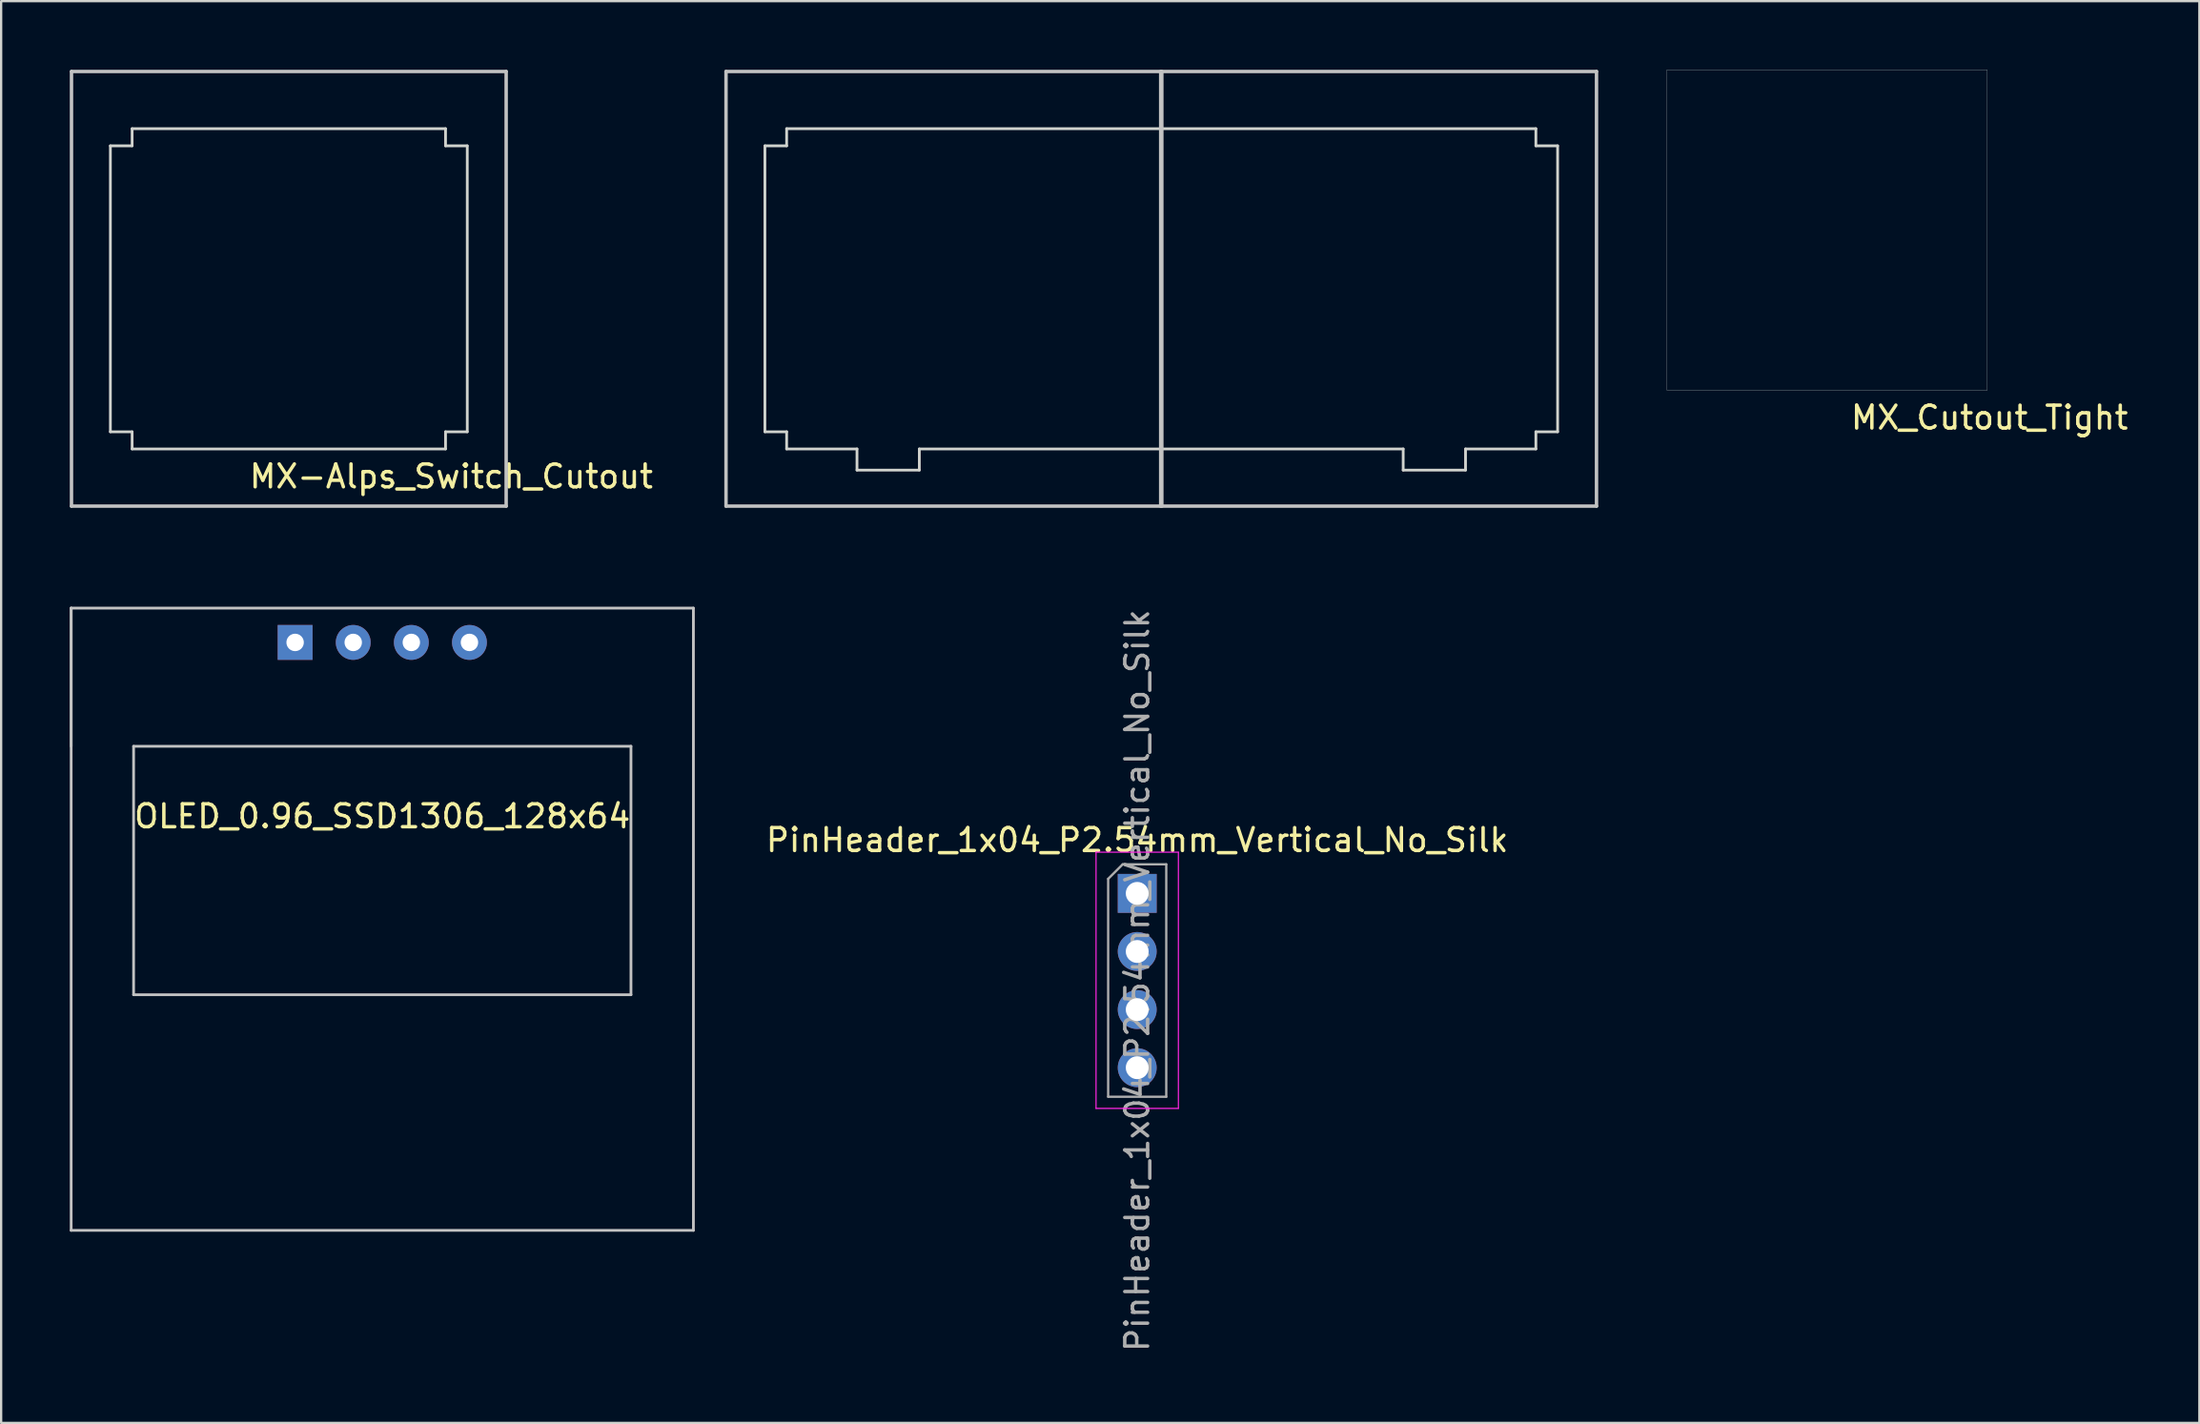
<source format=kicad_pcb>
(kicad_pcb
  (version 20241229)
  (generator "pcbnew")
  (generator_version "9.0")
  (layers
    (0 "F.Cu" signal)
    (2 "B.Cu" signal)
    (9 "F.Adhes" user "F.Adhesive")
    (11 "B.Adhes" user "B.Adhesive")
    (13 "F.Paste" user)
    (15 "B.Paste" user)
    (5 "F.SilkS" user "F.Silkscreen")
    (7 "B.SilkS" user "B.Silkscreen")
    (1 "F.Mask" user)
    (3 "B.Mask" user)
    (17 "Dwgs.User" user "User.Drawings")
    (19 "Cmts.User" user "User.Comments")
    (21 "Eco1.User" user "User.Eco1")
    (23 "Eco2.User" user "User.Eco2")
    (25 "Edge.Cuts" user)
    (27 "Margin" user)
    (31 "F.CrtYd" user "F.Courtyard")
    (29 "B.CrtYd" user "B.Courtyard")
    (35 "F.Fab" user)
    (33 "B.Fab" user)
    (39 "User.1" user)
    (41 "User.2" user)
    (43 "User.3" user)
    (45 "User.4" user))
  (footprint "PinHeader_1x04_P2.54mm_Vertical_No_Silk"
    (layer "F.Cu")
    (at 46.659 39.813)
    (property "Reference" "PinHeader_1x04_P2.54mm_Vertical_No_Silk" (at 0 -6.14 0) (layer "F.SilkS") (effects (font (size 1 1) (thickness 0.15))))
    (attr through_hole)
    (fp_line (start -1.8 -5.61) (end -1.8 5.59) (stroke (width 0.05) (type solid)) (layer "F.CrtYd"))
    (fp_line (start -1.8 5.59) (end 1.8 5.59) (stroke (width 0.05) (type solid)) (layer "F.CrtYd"))
    (fp_line (start 1.8 -5.61) (end -1.8 -5.61) (stroke (width 0.05) (type solid)) (layer "F.CrtYd"))
    (fp_line (start 1.8 5.59) (end 1.8 -5.61) (stroke (width 0.05) (type solid)) (layer "F.CrtYd"))
    (fp_line (start -1.27 -4.445) (end -0.635 -5.08) (stroke (width 0.1) (type solid)) (layer "F.Fab"))
    (fp_line (start -1.27 5.08) (end -1.27 -4.445) (stroke (width 0.1) (type solid)) (layer "F.Fab"))
    (fp_line (start -0.635 -5.08) (end 1.27 -5.08) (stroke (width 0.1) (type solid)) (layer "F.Fab"))
    (fp_line (start 1.27 -5.08) (end 1.27 5.08) (stroke (width 0.1) (type solid)) (layer "F.Fab"))
    (fp_line (start 1.27 5.08) (end -1.27 5.08) (stroke (width 0.1) (type solid)) (layer "F.Fab"))
    (fp_text user "${REFERENCE}" (at 0 0 90) (layer "F.Fab") (effects (font (size 1 1) (thickness 0.15))))
    (pad "1" thru_hole rect (at 0 -3.81) (size 1.7 1.7) (drill 1) (layers "*.Cu" "*.Mask"))
    (pad "2" thru_hole oval (at 0 -1.27) (size 1.7 1.7) (drill 1) (layers "*.Cu" "*.Mask"))
    (pad "3" thru_hole oval (at 0 1.27) (size 1.7 1.7) (drill 1) (layers "*.Cu" "*.Mask"))
    (pad "4" thru_hole oval (at 0 3.81) (size 1.7 1.7) (drill 1) (layers "*.Cu" "*.Mask")))
  (footprint "MX_Cutout_Tight"
    (layer "F.Cu")
    (at 76.815 7.005)
    (property "Reference" "MX_Cutout_Tight" (at 7.1 8.2 0) (layer "F.SilkS") (effects (font (size 1 1) (thickness 0.15))))
    (attr through_hole)
    (fp_line (start -7 -7) (end 7 -7) (stroke (width 0.01) (type solid)) (layer "Edge.Cuts"))
    (fp_line (start -7 7) (end -7 -7) (stroke (width 0.01) (type solid)) (layer "Edge.Cuts"))
    (fp_line (start -7 7) (end 7 7) (stroke (width 0.01) (type solid)) (layer "Edge.Cuts"))
    (fp_line (start 7 -7) (end 7 7) (stroke (width 0.01) (type solid)) (layer "Edge.Cuts")))
  (footprint "MX-Alps_Switch_Cutout-1u_2u"
    (layer "F.Cu")
    (at 47.71 9.575)
    (property "Reference" "MX-Alps_Switch_Cutout-1u_2u" (at 0.25 10.05 0) (layer "Eco2.User") (effects (font (size 1 1) (thickness 0.15))))
    (attr through_hole)
    (fp_line (start -19.025 -9.5) (end -0.025 -9.5) (stroke (width 0.15) (type solid)) (layer "Dwgs.User"))
    (fp_line (start -19.025 9.5) (end -19.025 -9.5) (stroke (width 0.15) (type solid)) (layer "Dwgs.User"))
    (fp_line (start -0.025 -9.5) (end -0.025 9.5) (stroke (width 0.15) (type solid)) (layer "Dwgs.User"))
    (fp_line (start -0.025 9.5) (end -19.025 9.5) (stroke (width 0.15) (type solid)) (layer "Dwgs.User"))
    (fp_line (start 0.025 -9.5) (end 19.025 -9.5) (stroke (width 0.15) (type solid)) (layer "Dwgs.User"))
    (fp_line (start 0.025 9.5) (end 0.025 -9.5) (stroke (width 0.15) (type solid)) (layer "Dwgs.User"))
    (fp_line (start 19.025 -9.5) (end 19.025 9.5) (stroke (width 0.15) (type solid)) (layer "Dwgs.User"))
    (fp_line (start 19.025 9.5) (end 0.025 9.5) (stroke (width 0.15) (type solid)) (layer "Dwgs.User"))
    (fp_line (start -17.325 -6.25) (end -17.325 6.25) (stroke (width 0.12) (type solid)) (layer "Edge.Cuts"))
    (fp_line (start -17.325 -6.25) (end -16.375 -6.25) (stroke (width 0.12) (type solid)) (layer "Edge.Cuts"))
    (fp_line (start -17.325 6.25) (end -16.375 6.25) (stroke (width 0.12) (type solid)) (layer "Edge.Cuts"))
    (fp_line (start -16.375 -7) (end 16.375 -7) (stroke (width 0.12) (type solid)) (layer "Edge.Cuts"))
    (fp_line (start -16.375 -6.25) (end -16.375 -7) (stroke (width 0.12) (type solid)) (layer "Edge.Cuts"))
    (fp_line (start -16.375 6.25) (end -16.375 7) (stroke (width 0.12) (type solid)) (layer "Edge.Cuts"))
    (fp_line (start -16.375 7) (end -13.3 7) (stroke (width 0.12) (type solid)) (layer "Edge.Cuts"))
    (fp_line (start -13.3 7) (end -13.3 7.925) (stroke (width 0.12) (type solid)) (layer "Edge.Cuts"))
    (fp_line (start -13.3 7.925) (end -10.575 7.925) (stroke (width 0.12) (type solid)) (layer "Edge.Cuts"))
    (fp_line (start -10.575 7) (end 10.575 7) (stroke (width 0.12) (type solid)) (layer "Edge.Cuts"))
    (fp_line (start -10.575 7.925) (end -10.575 7) (stroke (width 0.12) (type solid)) (layer "Edge.Cuts"))
    (fp_line (start 10.575 7) (end 10.575 7.925) (stroke (width 0.12) (type solid)) (layer "Edge.Cuts"))
    (fp_line (start 10.575 7.925) (end 13.3 7.925) (stroke (width 0.12) (type solid)) (layer "Edge.Cuts"))
    (fp_line (start 13.3 7) (end 16.375 7) (stroke (width 0.12) (type solid)) (layer "Edge.Cuts"))
    (fp_line (start 13.3 7.925) (end 13.3 7) (stroke (width 0.12) (type solid)) (layer "Edge.Cuts"))
    (fp_line (start 16.375 -7) (end 16.375 -6.25) (stroke (width 0.12) (type solid)) (layer "Edge.Cuts"))
    (fp_line (start 16.375 -6.25) (end 17.325 -6.25) (stroke (width 0.12) (type solid)) (layer "Edge.Cuts"))
    (fp_line (start 16.375 6.25) (end 17.325 6.25) (stroke (width 0.12) (type solid)) (layer "Edge.Cuts"))
    (fp_line (start 16.375 7) (end 16.375 6.25) (stroke (width 0.12) (type solid)) (layer "Edge.Cuts"))
    (fp_line (start 17.325 -6.25) (end 17.325 6.25) (stroke (width 0.12) (type solid)) (layer "Edge.Cuts")))
  (footprint "OLED_0.96_SSD1306_128x64"
    (layer "F.Cu")
    (at 13.66 25.033)
    (property "Reference" "OLED_0.96_SSD1306_128x64" (at 0 7.6 0) (layer "F.SilkS") (effects (font (size 1 1) (thickness 0.15))))
    (attr through_hole)
    (fp_line (start -13.6 -1.5) (end -13.6 4.54) (stroke (width 0.12) (type solid)) (layer "Dwgs.User"))
    (fp_line (start -13.6 -1.5) (end 13.6 -1.5) (stroke (width 0.12) (type solid)) (layer "Dwgs.User"))
    (fp_line (start -13.6 25.7) (end -13.6 -1.5) (stroke (width 0.12) (type solid)) (layer "Dwgs.User"))
    (fp_line (start -10.87 4.54) (end -10.87 15.4) (stroke (width 0.12) (type solid)) (layer "Dwgs.User"))
    (fp_line (start -10.87 4.54) (end 10.87 4.54) (stroke (width 0.12) (type solid)) (layer "Dwgs.User"))
    (fp_line (start -10.87 15.4) (end 10.87 15.4) (stroke (width 0.12) (type solid)) (layer "Dwgs.User"))
    (fp_line (start 10.87 4.54) (end 10.87 15.4) (stroke (width 0.12) (type solid)) (layer "Dwgs.User"))
    (fp_line (start 13.6 -1.5) (end 13.6 25.7) (stroke (width 0.12) (type solid)) (layer "Dwgs.User"))
    (fp_line (start 13.6 25.7) (end -13.6 25.7) (stroke (width 0.12) (type solid)) (layer "Dwgs.User"))
    (pad "1" thru_hole rect (at -3.81 0) (size 1.524 1.524) (drill 0.762) (layers "*.Cu" "*.Mask"))
    (pad "2" thru_hole circle (at -1.27 0) (size 1.524 1.524) (drill 0.762) (layers "*.Cu" "*.Mask"))
    (pad "3" thru_hole circle (at 1.27 0) (size 1.524 1.524) (drill 0.762) (layers "*.Cu" "*.Mask"))
    (pad "4" thru_hole circle (at 3.81 0) (size 1.524 1.524) (drill 0.762) (layers "*.Cu" "*.Mask")))
  (footprint "MX-Alps_Switch_Cutout"
    (layer "F.Cu")
    (at 9.575 9.575)
    (property "Reference" "MX-Alps_Switch_Cutout" (at 7.1 8.2 0) (layer "F.SilkS") (effects (font (size 1 1) (thickness 0.15))))
    (attr through_hole)
    (fp_line (start -9.5 -9.5) (end 9.5 -9.5) (stroke (width 0.15) (type solid)) (layer "Dwgs.User"))
    (fp_line (start -9.5 9.5) (end -9.5 -9.5) (stroke (width 0.15) (type solid)) (layer "Dwgs.User"))
    (fp_line (start 9.5 -9.5) (end 9.5 9.5) (stroke (width 0.15) (type solid)) (layer "Dwgs.User"))
    (fp_line (start 9.5 9.5) (end -9.5 9.5) (stroke (width 0.15) (type solid)) (layer "Dwgs.User"))
    (fp_line (start -7.8 -6.25) (end -6.85 -6.25) (stroke (width 0.12) (type solid)) (layer "Edge.Cuts"))
    (fp_line (start -7.8 6.25) (end -7.8 -6.25) (stroke (width 0.12) (type solid)) (layer "Edge.Cuts"))
    (fp_line (start -6.85 -7) (end 6.85 -7) (stroke (width 0.12) (type solid)) (layer "Edge.Cuts"))
    (fp_line (start -6.85 -6.25) (end -6.85 -7) (stroke (width 0.12) (type solid)) (layer "Edge.Cuts"))
    (fp_line (start -6.85 6.25) (end -7.8 6.25) (stroke (width 0.12) (type solid)) (layer "Edge.Cuts"))
    (fp_line (start -6.85 7) (end -6.85 6.25) (stroke (width 0.12) (type solid)) (layer "Edge.Cuts"))
    (fp_line (start 6.85 -7) (end 6.85 -6.25) (stroke (width 0.12) (type solid)) (layer "Edge.Cuts"))
    (fp_line (start 6.85 -6.25) (end 7.8 -6.25) (stroke (width 0.12) (type solid)) (layer "Edge.Cuts"))
    (fp_line (start 6.85 6.25) (end 6.85 7) (stroke (width 0.12) (type solid)) (layer "Edge.Cuts"))
    (fp_line (start 6.85 7) (end -6.85 7) (stroke (width 0.12) (type solid)) (layer "Edge.Cuts"))
    (fp_line (start 7.8 -6.25) (end 7.8 6.25) (stroke (width 0.12) (type solid)) (layer "Edge.Cuts"))
    (fp_line (start 7.8 6.25) (end 6.85 6.25) (stroke (width 0.12) (type solid)) (layer "Edge.Cuts")))
  (gr_rect
    (start -3 -3)
    (end 93.087 59.152)
    (stroke (width 0.1) (type default))
    (fill no)
    (layer "Edge.Cuts")))
</source>
